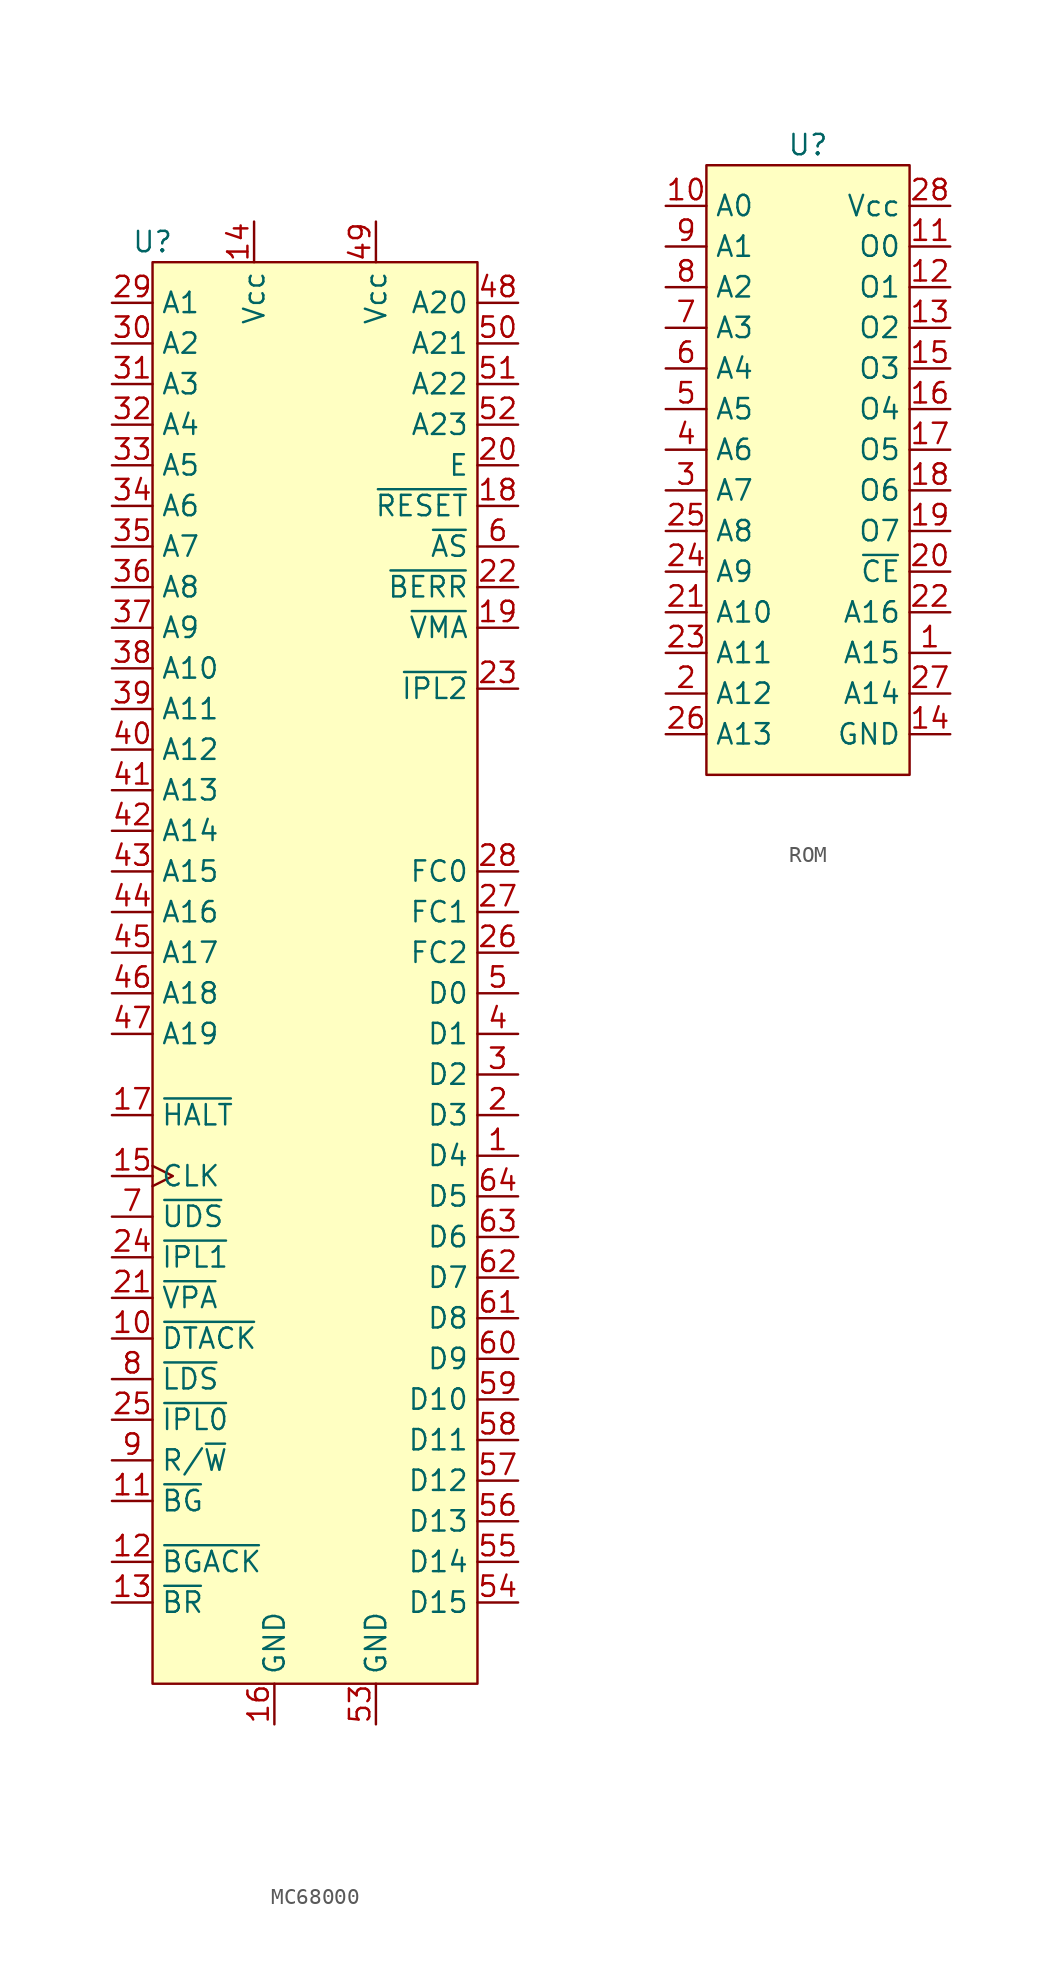
<source format=kicad_sym>
(kicad_symbol_lib
  (version 20231120)
  (generator "kicad_symbol_editor")
  (generator_version "8.0")
  (symbol "MC68000"
    (property "Reference" "U"
      (at -10.16 45.72 0)
      (effects (font (size 1.27 1.27))))
    (property "Value" ""
      (at -10.16 45.72 0)
      (effects (font (size 1.27 1.27))))
    (symbol "MC68000_0_1"
      (rectangle (start -10.16 44.45) (end 10.16 -44.45) (stroke (width 0) (type default)) (fill (type background))))
    (symbol "MC68000_1_1"
      (pin tri_state line (at 12.7 -11.43 180) (length 2.54) (name "D4" (effects (font (size 1.27 1.27)))) (number "1" (effects (font (size 1.27 1.27)))))
      (pin input line (at -12.7 -22.86 0) (length 2.54) (name "~{DTACK}" (effects (font (size 1.27 1.27)))) (number "10" (effects (font (size 1.27 1.27)))))
      (pin output line (at -12.7 -33.02 0) (length 2.54) (name "~{BG}" (effects (font (size 1.27 1.27)))) (number "11" (effects (font (size 1.27 1.27)))))
      (pin input line (at -12.7 -36.83 0) (length 2.54) (name "~{BGACK}" (effects (font (size 1.27 1.27)))) (number "12" (effects (font (size 1.27 1.27)))))
      (pin input line (at -12.7 -39.37 0) (length 2.54) (name "~{BR}" (effects (font (size 1.27 1.27)))) (number "13" (effects (font (size 1.27 1.27)))))
      (pin power_in line (at -3.81 46.99 270) (length 2.54) (name "Vcc" (effects (font (size 1.27 1.27)))) (number "14" (effects (font (size 1.27 1.27)))))
      (pin input clock (at -12.7 -12.7 0) (length 2.54) (name "CLK" (effects (font (size 1.27 1.27)))) (number "15" (effects (font (size 1.27 1.27)))))
      (pin power_in line (at -2.54 -46.99 90) (length 2.54) (name "GND" (effects (font (size 1.27 1.27)))) (number "16" (effects (font (size 1.27 1.27)))))
      (pin input line (at -12.7 -8.89 0) (length 2.54) (name "~{HALT}" (effects (font (size 1.27 1.27)))) (number "17" (effects (font (size 1.27 1.27)))))
      (pin input line (at 12.7 29.21 180) (length 2.54) (name "~{RESET}" (effects (font (size 1.27 1.27)))) (number "18" (effects (font (size 1.27 1.27)))))
      (pin output line (at 12.7 21.59 180) (length 2.54) (name "~{VMA}" (effects (font (size 1.27 1.27)))) (number "19" (effects (font (size 1.27 1.27)))))
      (pin tri_state line (at 12.7 -8.89 180) (length 2.54) (name "D3" (effects (font (size 1.27 1.27)))) (number "2" (effects (font (size 1.27 1.27)))))
      (pin output line (at 12.7 31.75 180) (length 2.54) (name "E" (effects (font (size 1.27 1.27)))) (number "20" (effects (font (size 1.27 1.27)))))
      (pin input line (at -12.7 -20.32 0) (length 2.54) (name "~{VPA}" (effects (font (size 1.27 1.27)))) (number "21" (effects (font (size 1.27 1.27)))))
      (pin input line (at 12.7 24.13 180) (length 2.54) (name "~{BERR}" (effects (font (size 1.27 1.27)))) (number "22" (effects (font (size 1.27 1.27)))))
      (pin input line (at 12.7 17.78 180) (length 2.54) (name "~{IPL2}" (effects (font (size 1.27 1.27)))) (number "23" (effects (font (size 1.27 1.27)))))
      (pin input line (at -12.7 -17.78 0) (length 2.54) (name "~{IPL1}" (effects (font (size 1.27 1.27)))) (number "24" (effects (font (size 1.27 1.27)))))
      (pin input line (at -12.7 -27.94 0) (length 2.54) (name "~{IPL0}" (effects (font (size 1.27 1.27)))) (number "25" (effects (font (size 1.27 1.27)))))
      (pin output line (at 12.7 1.27 180) (length 2.54) (name "FC2" (effects (font (size 1.27 1.27)))) (number "26" (effects (font (size 1.27 1.27)))))
      (pin output line (at 12.7 3.81 180) (length 2.54) (name "FC1" (effects (font (size 1.27 1.27)))) (number "27" (effects (font (size 1.27 1.27)))))
      (pin output line (at 12.7 6.35 180) (length 2.54) (name "FC0" (effects (font (size 1.27 1.27)))) (number "28" (effects (font (size 1.27 1.27)))))
      (pin output line (at -12.7 41.91 0) (length 2.54) (name "A1" (effects (font (size 1.27 1.27)))) (number "29" (effects (font (size 1.27 1.27)))))
      (pin tri_state line (at 12.7 -6.35 180) (length 2.54) (name "D2" (effects (font (size 1.27 1.27)))) (number "3" (effects (font (size 1.27 1.27)))))
      (pin output line (at -12.7 39.37 0) (length 2.54) (name "A2" (effects (font (size 1.27 1.27)))) (number "30" (effects (font (size 1.27 1.27)))))
      (pin output line (at -12.7 36.83 0) (length 2.54) (name "A3" (effects (font (size 1.27 1.27)))) (number "31" (effects (font (size 1.27 1.27)))))
      (pin output line (at -12.7 34.29 0) (length 2.54) (name "A4" (effects (font (size 1.27 1.27)))) (number "32" (effects (font (size 1.27 1.27)))))
      (pin output line (at -12.7 31.75 0) (length 2.54) (name "A5" (effects (font (size 1.27 1.27)))) (number "33" (effects (font (size 1.27 1.27)))))
      (pin output line (at -12.7 29.21 0) (length 2.54) (name "A6" (effects (font (size 1.27 1.27)))) (number "34" (effects (font (size 1.27 1.27)))))
      (pin output line (at -12.7 26.67 0) (length 2.54) (name "A7" (effects (font (size 1.27 1.27)))) (number "35" (effects (font (size 1.27 1.27)))))
      (pin output line (at -12.7 24.13 0) (length 2.54) (name "A8" (effects (font (size 1.27 1.27)))) (number "36" (effects (font (size 1.27 1.27)))))
      (pin output line (at -12.7 21.59 0) (length 2.54) (name "A9" (effects (font (size 1.27 1.27)))) (number "37" (effects (font (size 1.27 1.27)))))
      (pin output line (at -12.7 19.05 0) (length 2.54) (name "A10" (effects (font (size 1.27 1.27)))) (number "38" (effects (font (size 1.27 1.27)))))
      (pin output line (at -12.7 16.51 0) (length 2.54) (name "A11" (effects (font (size 1.27 1.27)))) (number "39" (effects (font (size 1.27 1.27)))))
      (pin tri_state line (at 12.7 -3.81 180) (length 2.54) (name "D1" (effects (font (size 1.27 1.27)))) (number "4" (effects (font (size 1.27 1.27)))))
      (pin output line (at -12.7 13.97 0) (length 2.54) (name "A12" (effects (font (size 1.27 1.27)))) (number "40" (effects (font (size 1.27 1.27)))))
      (pin output line (at -12.7 11.43 0) (length 2.54) (name "A13" (effects (font (size 1.27 1.27)))) (number "41" (effects (font (size 1.27 1.27)))))
      (pin output line (at -12.7 8.89 0) (length 2.54) (name "A14" (effects (font (size 1.27 1.27)))) (number "42" (effects (font (size 1.27 1.27)))))
      (pin output line (at -12.7 6.35 0) (length 2.54) (name "A15" (effects (font (size 1.27 1.27)))) (number "43" (effects (font (size 1.27 1.27)))))
      (pin output line (at -12.7 3.81 0) (length 2.54) (name "A16" (effects (font (size 1.27 1.27)))) (number "44" (effects (font (size 1.27 1.27)))))
      (pin output line (at -12.7 1.27 0) (length 2.54) (name "A17" (effects (font (size 1.27 1.27)))) (number "45" (effects (font (size 1.27 1.27)))))
      (pin output line (at -12.7 -1.27 0) (length 2.54) (name "A18" (effects (font (size 1.27 1.27)))) (number "46" (effects (font (size 1.27 1.27)))))
      (pin output line (at -12.7 -3.81 0) (length 2.54) (name "A19" (effects (font (size 1.27 1.27)))) (number "47" (effects (font (size 1.27 1.27)))))
      (pin output line (at 12.7 41.91 180) (length 2.54) (name "A20" (effects (font (size 1.27 1.27)))) (number "48" (effects (font (size 1.27 1.27)))))
      (pin power_in line (at 3.81 46.99 270) (length 2.54) (name "Vcc" (effects (font (size 1.27 1.27)))) (number "49" (effects (font (size 1.27 1.27)))))
      (pin tri_state line (at 12.7 -1.27 180) (length 2.54) (name "D0" (effects (font (size 1.27 1.27)))) (number "5" (effects (font (size 1.27 1.27)))))
      (pin output line (at 12.7 39.37 180) (length 2.54) (name "A21" (effects (font (size 1.27 1.27)))) (number "50" (effects (font (size 1.27 1.27)))))
      (pin output line (at 12.7 36.83 180) (length 2.54) (name "A22" (effects (font (size 1.27 1.27)))) (number "51" (effects (font (size 1.27 1.27)))))
      (pin output line (at 12.7 34.29 180) (length 2.54) (name "A23" (effects (font (size 1.27 1.27)))) (number "52" (effects (font (size 1.27 1.27)))))
      (pin power_in line (at 3.81 -46.99 90) (length 2.54) (name "GND" (effects (font (size 1.27 1.27)))) (number "53" (effects (font (size 1.27 1.27)))))
      (pin tri_state line (at 12.7 -39.37 180) (length 2.54) (name "D15" (effects (font (size 1.27 1.27)))) (number "54" (effects (font (size 1.27 1.27)))))
      (pin tri_state line (at 12.7 -36.83 180) (length 2.54) (name "D14" (effects (font (size 1.27 1.27)))) (number "55" (effects (font (size 1.27 1.27)))))
      (pin tri_state line (at 12.7 -34.29 180) (length 2.54) (name "D13" (effects (font (size 1.27 1.27)))) (number "56" (effects (font (size 1.27 1.27)))))
      (pin tri_state line (at 12.7 -31.75 180) (length 2.54) (name "D12" (effects (font (size 1.27 1.27)))) (number "57" (effects (font (size 1.27 1.27)))))
      (pin tri_state line (at 12.7 -29.21 180) (length 2.54) (name "D11" (effects (font (size 1.27 1.27)))) (number "58" (effects (font (size 1.27 1.27)))))
      (pin tri_state line (at 12.7 -26.67 180) (length 2.54) (name "D10" (effects (font (size 1.27 1.27)))) (number "59" (effects (font (size 1.27 1.27)))))
      (pin tri_state line (at 12.7 26.67 180) (length 2.54) (name "~{AS}" (effects (font (size 1.27 1.27)))) (number "6" (effects (font (size 1.27 1.27)))))
      (pin tri_state line (at 12.7 -24.13 180) (length 2.54) (name "D9" (effects (font (size 1.27 1.27)))) (number "60" (effects (font (size 1.27 1.27)))))
      (pin tri_state line (at 12.7 -21.59 180) (length 2.54) (name "D8" (effects (font (size 1.27 1.27)))) (number "61" (effects (font (size 1.27 1.27)))))
      (pin tri_state line (at 12.7 -19.05 180) (length 2.54) (name "D7" (effects (font (size 1.27 1.27)))) (number "62" (effects (font (size 1.27 1.27)))))
      (pin tri_state line (at 12.7 -16.51 180) (length 2.54) (name "D6" (effects (font (size 1.27 1.27)))) (number "63" (effects (font (size 1.27 1.27)))))
      (pin tri_state line (at 12.7 -13.97 180) (length 2.54) (name "D5" (effects (font (size 1.27 1.27)))) (number "64" (effects (font (size 1.27 1.27)))))
      (pin tri_state line (at -12.7 -15.24 0) (length 2.54) (name "~{UDS}" (effects (font (size 1.27 1.27)))) (number "7" (effects (font (size 1.27 1.27)))))
      (pin tri_state line (at -12.7 -25.4 0) (length 2.54) (name "~{LDS}" (effects (font (size 1.27 1.27)))) (number "8" (effects (font (size 1.27 1.27)))))
      (pin tri_state line (at -12.7 -30.48 0) (length 2.54) (name "R/~{W}" (effects (font (size 1.27 1.27)))) (number "9" (effects (font (size 1.27 1.27)))))))
  (symbol "ROM"
    (property "Reference" "U"
      (at 0 20.32 0)
      (effects (font (size 1.27 1.27))))
    (property "Value" ""
      (at -6.35 19.05 0)
      (effects (font (size 1.27 1.27))))
    (symbol "ROM_0_1"
      (rectangle (start -6.35 19.05) (end 6.35 -19.05) (stroke (width 0) (type default)) (fill (type background))))
    (symbol "ROM_1_1"
      (pin input line (at 8.89 -11.43 180) (length 2.54) (name "A15" (effects (font (size 1.27 1.27)))) (number "1" (effects (font (size 1.27 1.27)))))
      (pin input line (at -8.89 16.51 0) (length 2.54) (name "A0" (effects (font (size 1.27 1.27)))) (number "10" (effects (font (size 1.27 1.27)))))
      (pin tri_state line (at 8.89 13.97 180) (length 2.54) (name "O0" (effects (font (size 1.27 1.27)))) (number "11" (effects (font (size 1.27 1.27)))))
      (pin tri_state line (at 8.89 11.43 180) (length 2.54) (name "O1" (effects (font (size 1.27 1.27)))) (number "12" (effects (font (size 1.27 1.27)))))
      (pin tri_state line (at 8.89 8.89 180) (length 2.54) (name "O2" (effects (font (size 1.27 1.27)))) (number "13" (effects (font (size 1.27 1.27)))))
      (pin power_in line (at 8.89 -16.51 180) (length 2.54) (name "GND" (effects (font (size 1.27 1.27)))) (number "14" (effects (font (size 1.27 1.27)))))
      (pin tri_state line (at 8.89 6.35 180) (length 2.54) (name "O3" (effects (font (size 1.27 1.27)))) (number "15" (effects (font (size 1.27 1.27)))))
      (pin tri_state line (at 8.89 3.81 180) (length 2.54) (name "O4" (effects (font (size 1.27 1.27)))) (number "16" (effects (font (size 1.27 1.27)))))
      (pin tri_state line (at 8.89 1.27 180) (length 2.54) (name "O5" (effects (font (size 1.27 1.27)))) (number "17" (effects (font (size 1.27 1.27)))))
      (pin tri_state line (at 8.89 -1.27 180) (length 2.54) (name "O6" (effects (font (size 1.27 1.27)))) (number "18" (effects (font (size 1.27 1.27)))))
      (pin tri_state line (at 8.89 -3.81 180) (length 2.54) (name "O7" (effects (font (size 1.27 1.27)))) (number "19" (effects (font (size 1.27 1.27)))))
      (pin input line (at -8.89 -13.97 0) (length 2.54) (name "A12" (effects (font (size 1.27 1.27)))) (number "2" (effects (font (size 1.27 1.27)))))
      (pin tri_state line (at 8.89 -6.35 180) (length 2.54) (name "~{CE}" (effects (font (size 1.27 1.27)))) (number "20" (effects (font (size 1.27 1.27)))))
      (pin input line (at -8.89 -8.89 0) (length 2.54) (name "A10" (effects (font (size 1.27 1.27)))) (number "21" (effects (font (size 1.27 1.27)))))
      (pin input line (at 8.89 -8.89 180) (length 2.54) (name "A16" (effects (font (size 1.27 1.27)))) (number "22" (effects (font (size 1.27 1.27)))))
      (pin input line (at -8.89 -11.43 0) (length 2.54) (name "A11" (effects (font (size 1.27 1.27)))) (number "23" (effects (font (size 1.27 1.27)))))
      (pin input line (at -8.89 -6.35 0) (length 2.54) (name "A9" (effects (font (size 1.27 1.27)))) (number "24" (effects (font (size 1.27 1.27)))))
      (pin input line (at -8.89 -3.81 0) (length 2.54) (name "A8" (effects (font (size 1.27 1.27)))) (number "25" (effects (font (size 1.27 1.27)))))
      (pin input line (at -8.89 -16.51 0) (length 2.54) (name "A13" (effects (font (size 1.27 1.27)))) (number "26" (effects (font (size 1.27 1.27)))))
      (pin input line (at 8.89 -13.97 180) (length 2.54) (name "A14" (effects (font (size 1.27 1.27)))) (number "27" (effects (font (size 1.27 1.27)))))
      (pin power_in line (at 8.89 16.51 180) (length 2.54) (name "Vcc" (effects (font (size 1.27 1.27)))) (number "28" (effects (font (size 1.27 1.27)))))
      (pin input line (at -8.89 -1.27 0) (length 2.54) (name "A7" (effects (font (size 1.27 1.27)))) (number "3" (effects (font (size 1.27 1.27)))))
      (pin input line (at -8.89 1.27 0) (length 2.54) (name "A6" (effects (font (size 1.27 1.27)))) (number "4" (effects (font (size 1.27 1.27)))))
      (pin input line (at -8.89 3.81 0) (length 2.54) (name "A5" (effects (font (size 1.27 1.27)))) (number "5" (effects (font (size 1.27 1.27)))))
      (pin input line (at -8.89 6.35 0) (length 2.54) (name "A4" (effects (font (size 1.27 1.27)))) (number "6" (effects (font (size 1.27 1.27)))))
      (pin input line (at -8.89 8.89 0) (length 2.54) (name "A3" (effects (font (size 1.27 1.27)))) (number "7" (effects (font (size 1.27 1.27)))))
      (pin input line (at -8.89 11.43 0) (length 2.54) (name "A2" (effects (font (size 1.27 1.27)))) (number "8" (effects (font (size 1.27 1.27)))))
      (pin input line (at -8.89 13.97 0) (length 2.54) (name "A1" (effects (font (size 1.27 1.27)))) (number "9" (effects (font (size 1.27 1.27))))))))
</source>
